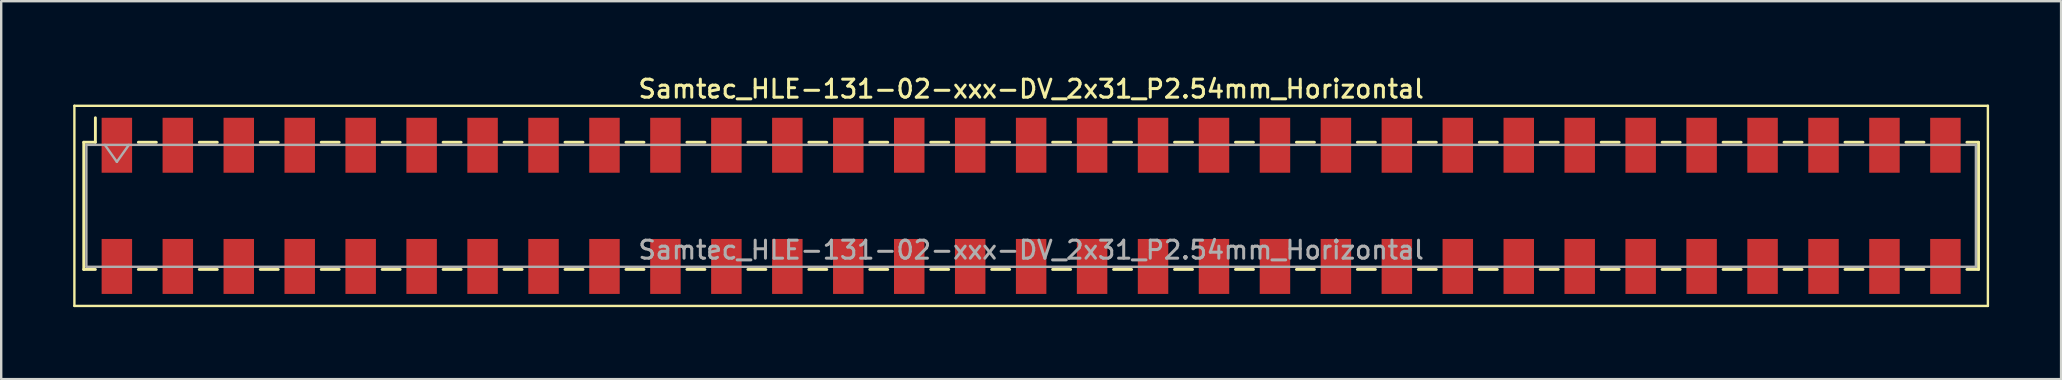
<source format=kicad_pcb>
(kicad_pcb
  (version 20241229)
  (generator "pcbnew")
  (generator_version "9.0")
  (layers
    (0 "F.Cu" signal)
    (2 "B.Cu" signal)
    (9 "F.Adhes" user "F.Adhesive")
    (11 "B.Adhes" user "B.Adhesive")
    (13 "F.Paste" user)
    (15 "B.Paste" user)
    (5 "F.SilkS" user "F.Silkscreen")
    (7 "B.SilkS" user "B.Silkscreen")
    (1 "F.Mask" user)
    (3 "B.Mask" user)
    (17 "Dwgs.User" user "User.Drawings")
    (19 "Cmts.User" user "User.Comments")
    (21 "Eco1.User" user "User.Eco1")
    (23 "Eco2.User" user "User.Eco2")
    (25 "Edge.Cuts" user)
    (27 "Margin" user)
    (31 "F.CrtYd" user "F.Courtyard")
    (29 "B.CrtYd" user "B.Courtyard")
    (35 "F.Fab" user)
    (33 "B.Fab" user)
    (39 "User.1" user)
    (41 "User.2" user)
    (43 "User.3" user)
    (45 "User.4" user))
  (footprint "Samtec_HLE-131-02-xxx-DV_2x31_P2.54mm_Horizontal"
    (layer "F.Cu")
    (at 39.92 5.528)
    (property "Reference" "Samtec_HLE-131-02-xxx-DV_2x31_P2.54mm_Horizontal" (at 0 -4.87 0) (layer "F.SilkS") (effects (font (size 0.75 0.75) (thickness 0.125))))
    (attr smd)
    (fp_line (start -39.87 -4.17) (end 39.87 -4.17) (stroke (width 0.1) (type solid)) (layer "F.SilkS"))
    (fp_line (start -39.87 4.17) (end -39.87 -4.17) (stroke (width 0.1) (type solid)) (layer "F.SilkS"))
    (fp_line (start -39.48 -2.65) (end -39.48 2.65) (stroke (width 0.12) (type solid)) (layer "F.SilkS"))
    (fp_line (start -39.48 2.65) (end -38.995 2.65) (stroke (width 0.12) (type solid)) (layer "F.SilkS"))
    (fp_line (start -38.995 -3.67) (end -38.995 -2.65) (stroke (width 0.12) (type solid)) (layer "F.SilkS"))
    (fp_line (start -38.995 -2.65) (end -39.48 -2.65) (stroke (width 0.12) (type solid)) (layer "F.SilkS"))
    (fp_line (start -37.205 -2.65) (end -36.455 -2.65) (stroke (width 0.12) (type solid)) (layer "F.SilkS"))
    (fp_line (start -37.205 2.65) (end -36.455 2.65) (stroke (width 0.12) (type solid)) (layer "F.SilkS"))
    (fp_line (start -34.665 -2.65) (end -33.915 -2.65) (stroke (width 0.12) (type solid)) (layer "F.SilkS"))
    (fp_line (start -34.665 2.65) (end -33.915 2.65) (stroke (width 0.12) (type solid)) (layer "F.SilkS"))
    (fp_line (start -32.125 -2.65) (end -31.375 -2.65) (stroke (width 0.12) (type solid)) (layer "F.SilkS"))
    (fp_line (start -32.125 2.65) (end -31.375 2.65) (stroke (width 0.12) (type solid)) (layer "F.SilkS"))
    (fp_line (start -29.585 -2.65) (end -28.835 -2.65) (stroke (width 0.12) (type solid)) (layer "F.SilkS"))
    (fp_line (start -29.585 2.65) (end -28.835 2.65) (stroke (width 0.12) (type solid)) (layer "F.SilkS"))
    (fp_line (start -27.045 -2.65) (end -26.295 -2.65) (stroke (width 0.12) (type solid)) (layer "F.SilkS"))
    (fp_line (start -27.045 2.65) (end -26.295 2.65) (stroke (width 0.12) (type solid)) (layer "F.SilkS"))
    (fp_line (start -24.505 -2.65) (end -23.755 -2.65) (stroke (width 0.12) (type solid)) (layer "F.SilkS"))
    (fp_line (start -24.505 2.65) (end -23.755 2.65) (stroke (width 0.12) (type solid)) (layer "F.SilkS"))
    (fp_line (start -21.965 -2.65) (end -21.215 -2.65) (stroke (width 0.12) (type solid)) (layer "F.SilkS"))
    (fp_line (start -21.965 2.65) (end -21.215 2.65) (stroke (width 0.12) (type solid)) (layer "F.SilkS"))
    (fp_line (start -19.425 -2.65) (end -18.675 -2.65) (stroke (width 0.12) (type solid)) (layer "F.SilkS"))
    (fp_line (start -19.425 2.65) (end -18.675 2.65) (stroke (width 0.12) (type solid)) (layer "F.SilkS"))
    (fp_line (start -16.885 -2.65) (end -16.135 -2.65) (stroke (width 0.12) (type solid)) (layer "F.SilkS"))
    (fp_line (start -16.885 2.65) (end -16.135 2.65) (stroke (width 0.12) (type solid)) (layer "F.SilkS"))
    (fp_line (start -14.345 -2.65) (end -13.595 -2.65) (stroke (width 0.12) (type solid)) (layer "F.SilkS"))
    (fp_line (start -14.345 2.65) (end -13.595 2.65) (stroke (width 0.12) (type solid)) (layer "F.SilkS"))
    (fp_line (start -11.805 -2.65) (end -11.055 -2.65) (stroke (width 0.12) (type solid)) (layer "F.SilkS"))
    (fp_line (start -11.805 2.65) (end -11.055 2.65) (stroke (width 0.12) (type solid)) (layer "F.SilkS"))
    (fp_line (start -9.265 -2.65) (end -8.515 -2.65) (stroke (width 0.12) (type solid)) (layer "F.SilkS"))
    (fp_line (start -9.265 2.65) (end -8.515 2.65) (stroke (width 0.12) (type solid)) (layer "F.SilkS"))
    (fp_line (start -6.725 -2.65) (end -5.975 -2.65) (stroke (width 0.12) (type solid)) (layer "F.SilkS"))
    (fp_line (start -6.725 2.65) (end -5.975 2.65) (stroke (width 0.12) (type solid)) (layer "F.SilkS"))
    (fp_line (start -4.185 -2.65) (end -3.435 -2.65) (stroke (width 0.12) (type solid)) (layer "F.SilkS"))
    (fp_line (start -4.185 2.65) (end -3.435 2.65) (stroke (width 0.12) (type solid)) (layer "F.SilkS"))
    (fp_line (start -1.645 -2.65) (end -0.895 -2.65) (stroke (width 0.12) (type solid)) (layer "F.SilkS"))
    (fp_line (start -1.645 2.65) (end -0.895 2.65) (stroke (width 0.12) (type solid)) (layer "F.SilkS"))
    (fp_line (start 0.895 -2.65) (end 1.645 -2.65) (stroke (width 0.12) (type solid)) (layer "F.SilkS"))
    (fp_line (start 0.895 2.65) (end 1.645 2.65) (stroke (width 0.12) (type solid)) (layer "F.SilkS"))
    (fp_line (start 3.435 -2.65) (end 4.185 -2.65) (stroke (width 0.12) (type solid)) (layer "F.SilkS"))
    (fp_line (start 3.435 2.65) (end 4.185 2.65) (stroke (width 0.12) (type solid)) (layer "F.SilkS"))
    (fp_line (start 5.975 -2.65) (end 6.725 -2.65) (stroke (width 0.12) (type solid)) (layer "F.SilkS"))
    (fp_line (start 5.975 2.65) (end 6.725 2.65) (stroke (width 0.12) (type solid)) (layer "F.SilkS"))
    (fp_line (start 8.515 -2.65) (end 9.265 -2.65) (stroke (width 0.12) (type solid)) (layer "F.SilkS"))
    (fp_line (start 8.515 2.65) (end 9.265 2.65) (stroke (width 0.12) (type solid)) (layer "F.SilkS"))
    (fp_line (start 11.055 -2.65) (end 11.805 -2.65) (stroke (width 0.12) (type solid)) (layer "F.SilkS"))
    (fp_line (start 11.055 2.65) (end 11.805 2.65) (stroke (width 0.12) (type solid)) (layer "F.SilkS"))
    (fp_line (start 13.595 -2.65) (end 14.345 -2.65) (stroke (width 0.12) (type solid)) (layer "F.SilkS"))
    (fp_line (start 13.595 2.65) (end 14.345 2.65) (stroke (width 0.12) (type solid)) (layer "F.SilkS"))
    (fp_line (start 16.135 -2.65) (end 16.885 -2.65) (stroke (width 0.12) (type solid)) (layer "F.SilkS"))
    (fp_line (start 16.135 2.65) (end 16.885 2.65) (stroke (width 0.12) (type solid)) (layer "F.SilkS"))
    (fp_line (start 18.675 -2.65) (end 19.425 -2.65) (stroke (width 0.12) (type solid)) (layer "F.SilkS"))
    (fp_line (start 18.675 2.65) (end 19.425 2.65) (stroke (width 0.12) (type solid)) (layer "F.SilkS"))
    (fp_line (start 21.215 -2.65) (end 21.965 -2.65) (stroke (width 0.12) (type solid)) (layer "F.SilkS"))
    (fp_line (start 21.215 2.65) (end 21.965 2.65) (stroke (width 0.12) (type solid)) (layer "F.SilkS"))
    (fp_line (start 23.755 -2.65) (end 24.505 -2.65) (stroke (width 0.12) (type solid)) (layer "F.SilkS"))
    (fp_line (start 23.755 2.65) (end 24.505 2.65) (stroke (width 0.12) (type solid)) (layer "F.SilkS"))
    (fp_line (start 26.295 -2.65) (end 27.045 -2.65) (stroke (width 0.12) (type solid)) (layer "F.SilkS"))
    (fp_line (start 26.295 2.65) (end 27.045 2.65) (stroke (width 0.12) (type solid)) (layer "F.SilkS"))
    (fp_line (start 28.835 -2.65) (end 29.585 -2.65) (stroke (width 0.12) (type solid)) (layer "F.SilkS"))
    (fp_line (start 28.835 2.65) (end 29.585 2.65) (stroke (width 0.12) (type solid)) (layer "F.SilkS"))
    (fp_line (start 31.375 -2.65) (end 32.125 -2.65) (stroke (width 0.12) (type solid)) (layer "F.SilkS"))
    (fp_line (start 31.375 2.65) (end 32.125 2.65) (stroke (width 0.12) (type solid)) (layer "F.SilkS"))
    (fp_line (start 33.915 -2.65) (end 34.665 -2.65) (stroke (width 0.12) (type solid)) (layer "F.SilkS"))
    (fp_line (start 33.915 2.65) (end 34.665 2.65) (stroke (width 0.12) (type solid)) (layer "F.SilkS"))
    (fp_line (start 36.455 -2.65) (end 37.205 -2.65) (stroke (width 0.12) (type solid)) (layer "F.SilkS"))
    (fp_line (start 36.455 2.65) (end 37.205 2.65) (stroke (width 0.12) (type solid)) (layer "F.SilkS"))
    (fp_line (start 38.995 -2.65) (end 39.48 -2.65) (stroke (width 0.12) (type solid)) (layer "F.SilkS"))
    (fp_line (start 39.48 -2.65) (end 39.48 2.65) (stroke (width 0.12) (type solid)) (layer "F.SilkS"))
    (fp_line (start 39.48 2.65) (end 38.995 2.65) (stroke (width 0.12) (type solid)) (layer "F.SilkS"))
    (fp_line (start 39.87 -4.17) (end 39.87 4.17) (stroke (width 0.1) (type solid)) (layer "F.SilkS"))
    (fp_line (start 39.87 4.17) (end -39.87 4.17) (stroke (width 0.1) (type solid)) (layer "F.SilkS"))
    (fp_line (start -39.37 -2.54) (end 39.37 -2.54) (stroke (width 0.1) (type solid)) (layer "F.Fab"))
    (fp_line (start -39.37 2.54) (end -39.37 -2.54) (stroke (width 0.1) (type solid)) (layer "F.Fab"))
    (fp_line (start -38.6 -2.54) (end -38.1 -1.833) (stroke (width 0.1) (type solid)) (layer "F.Fab"))
    (fp_line (start -38.1 -1.833) (end -37.6 -2.54) (stroke (width 0.1) (type solid)) (layer "F.Fab"))
    (fp_line (start 39.37 -2.54) (end 39.37 2.54) (stroke (width 0.1) (type solid)) (layer "F.Fab"))
    (fp_line (start 39.37 2.54) (end -39.37 2.54) (stroke (width 0.1) (type solid)) (layer "F.Fab"))
    (fp_text user "${REFERENCE}" (at 0 1.84 0) (layer "F.Fab") (effects (font (size 0.75 0.75) (thickness 0.125))))
    (pad "1" smd rect (at -38.1 -2.525) (size 1.27 2.29) (layers "F.Cu" "F.Mask" "F.Paste"))
    (pad "2" smd rect (at -38.1 2.525) (size 1.27 2.29) (layers "F.Cu" "F.Mask" "F.Paste"))
    (pad "3" smd rect (at -35.56 -2.525) (size 1.27 2.29) (layers "F.Cu" "F.Mask" "F.Paste"))
    (pad "4" smd rect (at -35.56 2.525) (size 1.27 2.29) (layers "F.Cu" "F.Mask" "F.Paste"))
    (pad "5" smd rect (at -33.02 -2.525) (size 1.27 2.29) (layers "F.Cu" "F.Mask" "F.Paste"))
    (pad "6" smd rect (at -33.02 2.525) (size 1.27 2.29) (layers "F.Cu" "F.Mask" "F.Paste"))
    (pad "7" smd rect (at -30.48 -2.525) (size 1.27 2.29) (layers "F.Cu" "F.Mask" "F.Paste"))
    (pad "8" smd rect (at -30.48 2.525) (size 1.27 2.29) (layers "F.Cu" "F.Mask" "F.Paste"))
    (pad "9" smd rect (at -27.94 -2.525) (size 1.27 2.29) (layers "F.Cu" "F.Mask" "F.Paste"))
    (pad "10" smd rect (at -27.94 2.525) (size 1.27 2.29) (layers "F.Cu" "F.Mask" "F.Paste"))
    (pad "11" smd rect (at -25.4 -2.525) (size 1.27 2.29) (layers "F.Cu" "F.Mask" "F.Paste"))
    (pad "12" smd rect (at -25.4 2.525) (size 1.27 2.29) (layers "F.Cu" "F.Mask" "F.Paste"))
    (pad "13" smd rect (at -22.86 -2.525) (size 1.27 2.29) (layers "F.Cu" "F.Mask" "F.Paste"))
    (pad "14" smd rect (at -22.86 2.525) (size 1.27 2.29) (layers "F.Cu" "F.Mask" "F.Paste"))
    (pad "15" smd rect (at -20.32 -2.525) (size 1.27 2.29) (layers "F.Cu" "F.Mask" "F.Paste"))
    (pad "16" smd rect (at -20.32 2.525) (size 1.27 2.29) (layers "F.Cu" "F.Mask" "F.Paste"))
    (pad "17" smd rect (at -17.78 -2.525) (size 1.27 2.29) (layers "F.Cu" "F.Mask" "F.Paste"))
    (pad "18" smd rect (at -17.78 2.525) (size 1.27 2.29) (layers "F.Cu" "F.Mask" "F.Paste"))
    (pad "19" smd rect (at -15.24 -2.525) (size 1.27 2.29) (layers "F.Cu" "F.Mask" "F.Paste"))
    (pad "20" smd rect (at -15.24 2.525) (size 1.27 2.29) (layers "F.Cu" "F.Mask" "F.Paste"))
    (pad "21" smd rect (at -12.7 -2.525) (size 1.27 2.29) (layers "F.Cu" "F.Mask" "F.Paste"))
    (pad "22" smd rect (at -12.7 2.525) (size 1.27 2.29) (layers "F.Cu" "F.Mask" "F.Paste"))
    (pad "23" smd rect (at -10.16 -2.525) (size 1.27 2.29) (layers "F.Cu" "F.Mask" "F.Paste"))
    (pad "24" smd rect (at -10.16 2.525) (size 1.27 2.29) (layers "F.Cu" "F.Mask" "F.Paste"))
    (pad "25" smd rect (at -7.62 -2.525) (size 1.27 2.29) (layers "F.Cu" "F.Mask" "F.Paste"))
    (pad "26" smd rect (at -7.62 2.525) (size 1.27 2.29) (layers "F.Cu" "F.Mask" "F.Paste"))
    (pad "27" smd rect (at -5.08 -2.525) (size 1.27 2.29) (layers "F.Cu" "F.Mask" "F.Paste"))
    (pad "28" smd rect (at -5.08 2.525) (size 1.27 2.29) (layers "F.Cu" "F.Mask" "F.Paste"))
    (pad "29" smd rect (at -2.54 -2.525) (size 1.27 2.29) (layers "F.Cu" "F.Mask" "F.Paste"))
    (pad "30" smd rect (at -2.54 2.525) (size 1.27 2.29) (layers "F.Cu" "F.Mask" "F.Paste"))
    (pad "31" smd rect (at 0 -2.525) (size 1.27 2.29) (layers "F.Cu" "F.Mask" "F.Paste"))
    (pad "32" smd rect (at 0 2.525) (size 1.27 2.29) (layers "F.Cu" "F.Mask" "F.Paste"))
    (pad "33" smd rect (at 2.54 -2.525) (size 1.27 2.29) (layers "F.Cu" "F.Mask" "F.Paste"))
    (pad "34" smd rect (at 2.54 2.525) (size 1.27 2.29) (layers "F.Cu" "F.Mask" "F.Paste"))
    (pad "35" smd rect (at 5.08 -2.525) (size 1.27 2.29) (layers "F.Cu" "F.Mask" "F.Paste"))
    (pad "36" smd rect (at 5.08 2.525) (size 1.27 2.29) (layers "F.Cu" "F.Mask" "F.Paste"))
    (pad "37" smd rect (at 7.62 -2.525) (size 1.27 2.29) (layers "F.Cu" "F.Mask" "F.Paste"))
    (pad "38" smd rect (at 7.62 2.525) (size 1.27 2.29) (layers "F.Cu" "F.Mask" "F.Paste"))
    (pad "39" smd rect (at 10.16 -2.525) (size 1.27 2.29) (layers "F.Cu" "F.Mask" "F.Paste"))
    (pad "40" smd rect (at 10.16 2.525) (size 1.27 2.29) (layers "F.Cu" "F.Mask" "F.Paste"))
    (pad "41" smd rect (at 12.7 -2.525) (size 1.27 2.29) (layers "F.Cu" "F.Mask" "F.Paste"))
    (pad "42" smd rect (at 12.7 2.525) (size 1.27 2.29) (layers "F.Cu" "F.Mask" "F.Paste"))
    (pad "43" smd rect (at 15.24 -2.525) (size 1.27 2.29) (layers "F.Cu" "F.Mask" "F.Paste"))
    (pad "44" smd rect (at 15.24 2.525) (size 1.27 2.29) (layers "F.Cu" "F.Mask" "F.Paste"))
    (pad "45" smd rect (at 17.78 -2.525) (size 1.27 2.29) (layers "F.Cu" "F.Mask" "F.Paste"))
    (pad "46" smd rect (at 17.78 2.525) (size 1.27 2.29) (layers "F.Cu" "F.Mask" "F.Paste"))
    (pad "47" smd rect (at 20.32 -2.525) (size 1.27 2.29) (layers "F.Cu" "F.Mask" "F.Paste"))
    (pad "48" smd rect (at 20.32 2.525) (size 1.27 2.29) (layers "F.Cu" "F.Mask" "F.Paste"))
    (pad "49" smd rect (at 22.86 -2.525) (size 1.27 2.29) (layers "F.Cu" "F.Mask" "F.Paste"))
    (pad "50" smd rect (at 22.86 2.525) (size 1.27 2.29) (layers "F.Cu" "F.Mask" "F.Paste"))
    (pad "51" smd rect (at 25.4 -2.525) (size 1.27 2.29) (layers "F.Cu" "F.Mask" "F.Paste"))
    (pad "52" smd rect (at 25.4 2.525) (size 1.27 2.29) (layers "F.Cu" "F.Mask" "F.Paste"))
    (pad "53" smd rect (at 27.94 -2.525) (size 1.27 2.29) (layers "F.Cu" "F.Mask" "F.Paste"))
    (pad "54" smd rect (at 27.94 2.525) (size 1.27 2.29) (layers "F.Cu" "F.Mask" "F.Paste"))
    (pad "55" smd rect (at 30.48 -2.525) (size 1.27 2.29) (layers "F.Cu" "F.Mask" "F.Paste"))
    (pad "56" smd rect (at 30.48 2.525) (size 1.27 2.29) (layers "F.Cu" "F.Mask" "F.Paste"))
    (pad "57" smd rect (at 33.02 -2.525) (size 1.27 2.29) (layers "F.Cu" "F.Mask" "F.Paste"))
    (pad "58" smd rect (at 33.02 2.525) (size 1.27 2.29) (layers "F.Cu" "F.Mask" "F.Paste"))
    (pad "59" smd rect (at 35.56 -2.525) (size 1.27 2.29) (layers "F.Cu" "F.Mask" "F.Paste"))
    (pad "60" smd rect (at 35.56 2.525) (size 1.27 2.29) (layers "F.Cu" "F.Mask" "F.Paste"))
    (pad "61" smd rect (at 38.1 -2.525) (size 1.27 2.29) (layers "F.Cu" "F.Mask" "F.Paste"))
    (pad "62" smd rect (at 38.1 2.525) (size 1.27 2.29) (layers "F.Cu" "F.Mask" "F.Paste")))
  (gr_rect
    (start -3 -3)
    (end 82.84 12.748)
    (stroke (width 0.1) (type default))
    (fill no)
    (layer "Edge.Cuts")))
</source>
